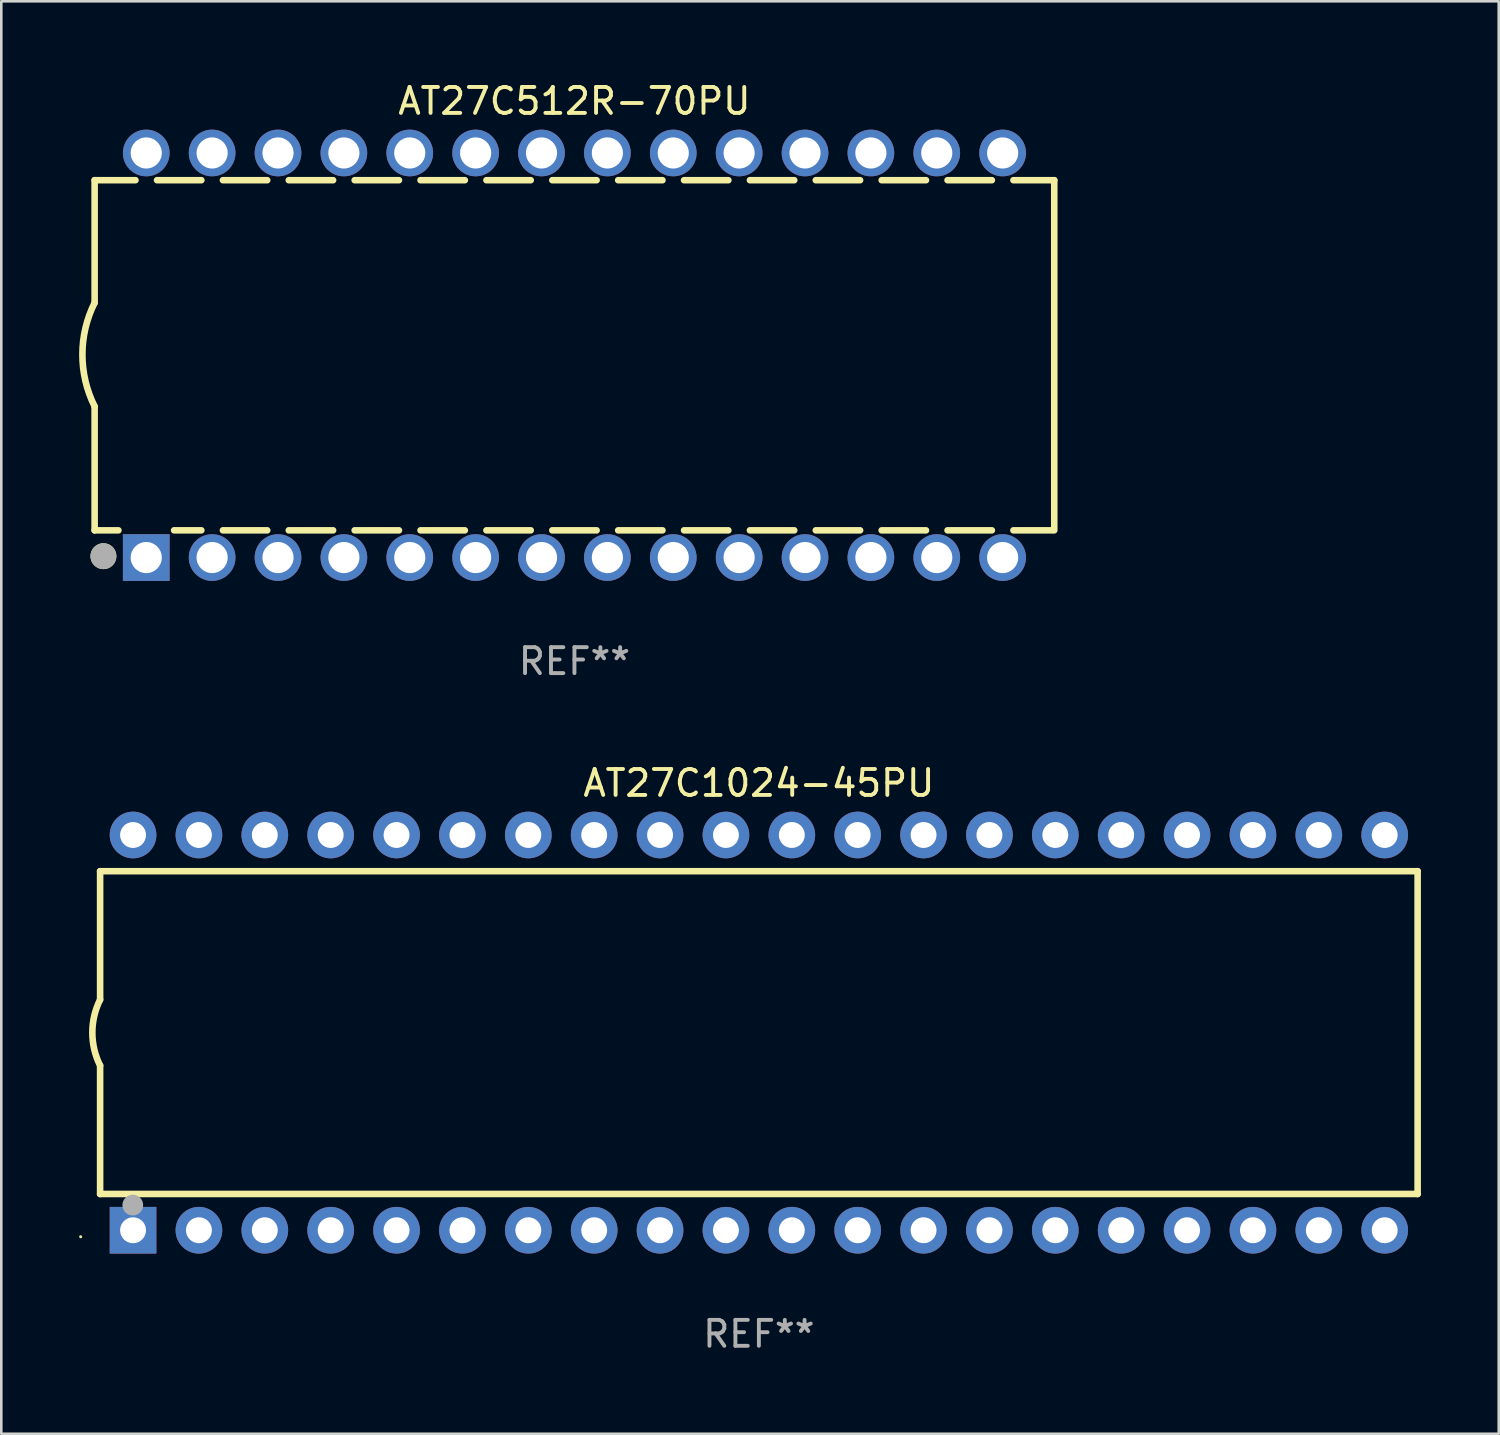
<source format=kicad_pcb>
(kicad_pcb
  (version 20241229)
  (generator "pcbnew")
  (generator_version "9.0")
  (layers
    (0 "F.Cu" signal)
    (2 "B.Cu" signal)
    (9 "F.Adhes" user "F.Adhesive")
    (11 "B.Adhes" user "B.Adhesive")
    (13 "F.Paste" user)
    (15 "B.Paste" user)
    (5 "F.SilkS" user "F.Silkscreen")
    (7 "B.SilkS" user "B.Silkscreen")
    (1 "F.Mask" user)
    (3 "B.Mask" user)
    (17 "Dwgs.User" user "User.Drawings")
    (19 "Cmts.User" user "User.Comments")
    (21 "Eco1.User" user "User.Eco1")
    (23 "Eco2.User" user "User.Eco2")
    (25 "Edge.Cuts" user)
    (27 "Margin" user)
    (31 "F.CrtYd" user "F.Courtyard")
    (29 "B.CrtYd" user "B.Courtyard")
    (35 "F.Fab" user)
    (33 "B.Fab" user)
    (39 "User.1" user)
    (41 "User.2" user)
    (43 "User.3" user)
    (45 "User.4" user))
  (footprint "AT27C512R-70PU"
    (layer "F.Cu")
    (at 19.099 10.648)
    (property "Reference" "AT27C512R-70PU" (at 0 -9.8 0) (layer "F.SilkS") (effects (font (size 1 1) (thickness 0.15))))
    (attr through_hole)
    (fp_line (start -18.5 -6.75) (end -18.5 -2.026) (stroke (width 0.254) (type solid)) (layer "F.SilkS"))
    (fp_line (start -18.5 -6.75) (end -16.926 -6.75) (stroke (width 0.254) (type solid)) (layer "F.SilkS"))
    (fp_line (start -18.5 6.75) (end -18.5 1.974) (stroke (width 0.254) (type solid)) (layer "F.SilkS"))
    (fp_line (start -18.5 6.75) (end -17.584 6.75) (stroke (width 0.254) (type solid)) (layer "F.SilkS"))
    (fp_line (start -16.094 -6.75) (end -14.386 -6.75) (stroke (width 0.254) (type solid)) (layer "F.SilkS"))
    (fp_line (start -15.436 6.75) (end -14.386 6.75) (stroke (width 0.254) (type solid)) (layer "F.SilkS"))
    (fp_line (start -13.554 -6.75) (end -11.846 -6.75) (stroke (width 0.254) (type solid)) (layer "F.SilkS"))
    (fp_line (start -13.554 6.75) (end -11.846 6.75) (stroke (width 0.254) (type solid)) (layer "F.SilkS"))
    (fp_line (start -11.014 -6.75) (end -9.306 -6.75) (stroke (width 0.254) (type solid)) (layer "F.SilkS"))
    (fp_line (start -11.014 6.75) (end -9.306 6.75) (stroke (width 0.254) (type solid)) (layer "F.SilkS"))
    (fp_line (start -8.474 -6.75) (end -6.766 -6.75) (stroke (width 0.254) (type solid)) (layer "F.SilkS"))
    (fp_line (start -8.474 6.75) (end -6.766 6.75) (stroke (width 0.254) (type solid)) (layer "F.SilkS"))
    (fp_line (start -5.934 -6.75) (end -4.226 -6.75) (stroke (width 0.254) (type solid)) (layer "F.SilkS"))
    (fp_line (start -5.934 6.75) (end -4.226 6.75) (stroke (width 0.254) (type solid)) (layer "F.SilkS"))
    (fp_line (start -3.394 -6.75) (end -1.686 -6.75) (stroke (width 0.254) (type solid)) (layer "F.SilkS"))
    (fp_line (start -3.394 6.75) (end -1.686 6.75) (stroke (width 0.254) (type solid)) (layer "F.SilkS"))
    (fp_line (start -0.854 -6.75) (end 0.854 -6.75) (stroke (width 0.254) (type solid)) (layer "F.SilkS"))
    (fp_line (start -0.854 6.75) (end 0.854 6.75) (stroke (width 0.254) (type solid)) (layer "F.SilkS"))
    (fp_line (start 1.686 -6.75) (end 3.394 -6.75) (stroke (width 0.254) (type solid)) (layer "F.SilkS"))
    (fp_line (start 1.686 6.75) (end 3.394 6.75) (stroke (width 0.254) (type solid)) (layer "F.SilkS"))
    (fp_line (start 4.226 -6.75) (end 5.934 -6.75) (stroke (width 0.254) (type solid)) (layer "F.SilkS"))
    (fp_line (start 4.226 6.75) (end 5.934 6.75) (stroke (width 0.254) (type solid)) (layer "F.SilkS"))
    (fp_line (start 6.766 -6.75) (end 8.474 -6.75) (stroke (width 0.254) (type solid)) (layer "F.SilkS"))
    (fp_line (start 6.766 6.75) (end 8.474 6.75) (stroke (width 0.254) (type solid)) (layer "F.SilkS"))
    (fp_line (start 9.306 -6.75) (end 11.014 -6.75) (stroke (width 0.254) (type solid)) (layer "F.SilkS"))
    (fp_line (start 9.306 6.75) (end 11.014 6.75) (stroke (width 0.254) (type solid)) (layer "F.SilkS"))
    (fp_line (start 11.846 -6.75) (end 13.554 -6.75) (stroke (width 0.254) (type solid)) (layer "F.SilkS"))
    (fp_line (start 11.846 6.75) (end 13.554 6.75) (stroke (width 0.254) (type solid)) (layer "F.SilkS"))
    (fp_line (start 14.386 -6.75) (end 16.094 -6.75) (stroke (width 0.254) (type solid)) (layer "F.SilkS"))
    (fp_line (start 14.386 6.75) (end 16.094 6.75) (stroke (width 0.254) (type solid)) (layer "F.SilkS"))
    (fp_line (start 16.926 -6.75) (end 18.5 -6.75) (stroke (width 0.254) (type solid)) (layer "F.SilkS"))
    (fp_line (start 16.926 6.75) (end 18.415 6.75) (stroke (width 0.254) (type solid)) (layer "F.SilkS"))
    (fp_line (start 18.5 6.75) (end 18.5 -6.75) (stroke (width 0.254) (type solid)) (layer "F.SilkS"))
    (fp_arc (start -18.500051 1.974384) (mid -18.972187 -0.025616) (end -18.500051 -2.025616) (stroke (width 0.254001) (type solid)) (layer "F.SilkS"))
    (fp_circle (center -18.5 7.8) (end -18.47 7.8) (stroke (width 0.06) (type solid)) (fill no) (layer "F.SilkS"))
    (fp_circle (center -18.161 7.747) (end -17.911 7.747) (stroke (width 0.5) (type solid)) (fill no) (layer "F.SilkS"))
    (fp_circle (center -18.161 7.747) (end -17.911 7.747) (stroke (width 0.5) (type solid)) (fill no) (layer "F.Fab"))
    (fp_text user "REF**" (at 0 11.8 0) (layer "F.Fab") (effects (font (size 1 1) (thickness 0.15))))
    (pad "1" thru_hole rect (at -16.51 7.8) (size 1.8 1.8) (drill 1.2) (layers "*.Cu" "*.Mask"))
    (pad "2" thru_hole circle (at -13.97 7.8) (size 1.8 1.8) (drill 1.2) (layers "*.Cu" "*.Mask"))
    (pad "3" thru_hole circle (at -11.43 7.8) (size 1.8 1.8) (drill 1.2) (layers "*.Cu" "*.Mask"))
    (pad "4" thru_hole circle (at -8.89 7.8) (size 1.8 1.8) (drill 1.2) (layers "*.Cu" "*.Mask"))
    (pad "5" thru_hole circle (at -6.35 7.8) (size 1.8 1.8) (drill 1.2) (layers "*.Cu" "*.Mask"))
    (pad "6" thru_hole circle (at -3.81 7.8) (size 1.8 1.8) (drill 1.2) (layers "*.Cu" "*.Mask"))
    (pad "7" thru_hole circle (at -1.27 7.8) (size 1.8 1.8) (drill 1.2) (layers "*.Cu" "*.Mask"))
    (pad "8" thru_hole circle (at 1.27 7.8) (size 1.8 1.8) (drill 1.2) (layers "*.Cu" "*.Mask"))
    (pad "9" thru_hole circle (at 3.81 7.8) (size 1.8 1.8) (drill 1.2) (layers "*.Cu" "*.Mask"))
    (pad "10" thru_hole circle (at 6.35 7.8) (size 1.8 1.8) (drill 1.2) (layers "*.Cu" "*.Mask"))
    (pad "11" thru_hole circle (at 8.89 7.8) (size 1.8 1.8) (drill 1.2) (layers "*.Cu" "*.Mask"))
    (pad "12" thru_hole circle (at 11.43 7.8) (size 1.8 1.8) (drill 1.2) (layers "*.Cu" "*.Mask"))
    (pad "13" thru_hole circle (at 13.97 7.8) (size 1.8 1.8) (drill 1.2) (layers "*.Cu" "*.Mask"))
    (pad "14" thru_hole circle (at 16.51 7.8) (size 1.8 1.8) (drill 1.2) (layers "*.Cu" "*.Mask"))
    (pad "15" thru_hole circle (at 16.51 -7.8) (size 1.8 1.8) (drill 1.2) (layers "*.Cu" "*.Mask"))
    (pad "16" thru_hole circle (at 13.97 -7.8) (size 1.8 1.8) (drill 1.2) (layers "*.Cu" "*.Mask"))
    (pad "17" thru_hole circle (at 11.43 -7.8) (size 1.8 1.8) (drill 1.2) (layers "*.Cu" "*.Mask"))
    (pad "18" thru_hole circle (at 8.89 -7.8) (size 1.8 1.8) (drill 1.2) (layers "*.Cu" "*.Mask"))
    (pad "19" thru_hole circle (at 6.35 -7.8) (size 1.8 1.8) (drill 1.2) (layers "*.Cu" "*.Mask"))
    (pad "20" thru_hole circle (at 3.81 -7.8) (size 1.8 1.8) (drill 1.2) (layers "*.Cu" "*.Mask"))
    (pad "21" thru_hole circle (at 1.27 -7.8) (size 1.8 1.8) (drill 1.2) (layers "*.Cu" "*.Mask"))
    (pad "22" thru_hole circle (at -1.27 -7.8) (size 1.8 1.8) (drill 1.2) (layers "*.Cu" "*.Mask"))
    (pad "23" thru_hole circle (at -3.81 -7.8) (size 1.8 1.8) (drill 1.2) (layers "*.Cu" "*.Mask"))
    (pad "24" thru_hole circle (at -6.35 -7.8) (size 1.8 1.8) (drill 1.2) (layers "*.Cu" "*.Mask"))
    (pad "25" thru_hole circle (at -8.89 -7.8) (size 1.8 1.8) (drill 1.2) (layers "*.Cu" "*.Mask"))
    (pad "26" thru_hole circle (at -11.43 -7.8) (size 1.8 1.8) (drill 1.2) (layers "*.Cu" "*.Mask"))
    (pad "27" thru_hole circle (at -13.97 -7.8) (size 1.8 1.8) (drill 1.2) (layers "*.Cu" "*.Mask"))
    (pad "28" thru_hole circle (at -16.51 -7.8) (size 1.8 1.8) (drill 1.2) (layers "*.Cu" "*.Mask")))
  (footprint "AT27C1024-45PU"
    (layer "F.Cu")
    (at 26.21 36.765)
    (property "Reference" "AT27C1024-45PU" (at 0 -9.62 0) (layer "F.SilkS") (effects (font (size 1 1) (thickness 0.15))))
    (attr through_hole)
    (fp_line (start -25.4 -6.224) (end -25.4 -1.271) (stroke (width 0.254) (type solid)) (layer "F.SilkS"))
    (fp_line (start -25.4 -6.224) (end 25.4 -6.224) (stroke (width 0.254) (type solid)) (layer "F.SilkS"))
    (fp_line (start -25.4 1.269) (end -25.4 6.222) (stroke (width 0.254) (type solid)) (layer "F.SilkS"))
    (fp_line (start -25.4 6.222) (end 25.4 6.222) (stroke (width 0.254) (type solid)) (layer "F.SilkS"))
    (fp_line (start 25.4 6.222) (end 25.4 -6.224) (stroke (width 0.254) (type solid)) (layer "F.SilkS"))
    (fp_arc (start -25.4 1.269241) (mid -25.699807 -0.000762) (end -25.4 -1.270765) (stroke (width 0.254001) (type solid)) (layer "F.SilkS"))
    (fp_circle (center -26.15 7.87) (end -26.12 7.87) (stroke (width 0.06) (type solid)) (fill no) (layer "F.SilkS"))
    (fp_circle (center -24.14 6.65) (end -23.94 6.65) (stroke (width 0.4) (type solid)) (fill no) (layer "F.Fab"))
    (fp_text user "REF**" (at 0 11.62 0) (layer "F.Fab") (effects (font (size 1 1) (thickness 0.15))))
    (pad "1" thru_hole rect (at -24.13 7.62 90) (size 1.8 1.8) (drill 1) (layers "*.Cu" "*.Mask"))
    (pad "2" thru_hole circle (at -21.59 7.62) (size 1.8 1.8) (drill 1) (layers "*.Cu" "*.Mask"))
    (pad "3" thru_hole circle (at -19.05 7.62) (size 1.8 1.8) (drill 1) (layers "*.Cu" "*.Mask"))
    (pad "4" thru_hole circle (at -16.51 7.62) (size 1.8 1.8) (drill 1) (layers "*.Cu" "*.Mask"))
    (pad "5" thru_hole circle (at -13.97 7.62) (size 1.8 1.8) (drill 1) (layers "*.Cu" "*.Mask"))
    (pad "6" thru_hole circle (at -11.43 7.62) (size 1.8 1.8) (drill 1) (layers "*.Cu" "*.Mask"))
    (pad "7" thru_hole circle (at -8.89 7.62) (size 1.8 1.8) (drill 1) (layers "*.Cu" "*.Mask"))
    (pad "8" thru_hole circle (at -6.35 7.62) (size 1.8 1.8) (drill 1) (layers "*.Cu" "*.Mask"))
    (pad "9" thru_hole circle (at -3.81 7.62) (size 1.8 1.8) (drill 1) (layers "*.Cu" "*.Mask"))
    (pad "10" thru_hole circle (at -1.27 7.62) (size 1.8 1.8) (drill 1) (layers "*.Cu" "*.Mask"))
    (pad "11" thru_hole circle (at 1.27 7.62) (size 1.8 1.8) (drill 1) (layers "*.Cu" "*.Mask"))
    (pad "12" thru_hole circle (at 3.81 7.62) (size 1.8 1.8) (drill 1) (layers "*.Cu" "*.Mask"))
    (pad "13" thru_hole circle (at 6.35 7.62) (size 1.8 1.8) (drill 1) (layers "*.Cu" "*.Mask"))
    (pad "14" thru_hole circle (at 8.89 7.62) (size 1.8 1.8) (drill 1) (layers "*.Cu" "*.Mask"))
    (pad "15" thru_hole circle (at 11.43 7.62) (size 1.8 1.8) (drill 1) (layers "*.Cu" "*.Mask"))
    (pad "16" thru_hole circle (at 13.97 7.62) (size 1.8 1.8) (drill 1) (layers "*.Cu" "*.Mask"))
    (pad "17" thru_hole circle (at 16.51 7.62) (size 1.8 1.8) (drill 1) (layers "*.Cu" "*.Mask"))
    (pad "18" thru_hole circle (at 19.05 7.62) (size 1.8 1.8) (drill 1) (layers "*.Cu" "*.Mask"))
    (pad "19" thru_hole circle (at 21.59 7.62) (size 1.8 1.8) (drill 1) (layers "*.Cu" "*.Mask"))
    (pad "20" thru_hole circle (at 24.13 7.62) (size 1.8 1.8) (drill 1) (layers "*.Cu" "*.Mask"))
    (pad "21" thru_hole circle (at 24.13 -7.62) (size 1.8 1.8) (drill 1) (layers "*.Cu" "*.Mask"))
    (pad "22" thru_hole circle (at 21.59 -7.62) (size 1.8 1.8) (drill 1) (layers "*.Cu" "*.Mask"))
    (pad "23" thru_hole circle (at 19.05 -7.62) (size 1.8 1.8) (drill 1) (layers "*.Cu" "*.Mask"))
    (pad "24" thru_hole circle (at 16.51 -7.62) (size 1.8 1.8) (drill 1) (layers "*.Cu" "*.Mask"))
    (pad "25" thru_hole circle (at 13.97 -7.62) (size 1.8 1.8) (drill 1) (layers "*.Cu" "*.Mask"))
    (pad "26" thru_hole circle (at 11.43 -7.62) (size 1.8 1.8) (drill 1) (layers "*.Cu" "*.Mask"))
    (pad "27" thru_hole circle (at 8.89 -7.62) (size 1.8 1.8) (drill 1) (layers "*.Cu" "*.Mask"))
    (pad "28" thru_hole circle (at 6.35 -7.62) (size 1.8 1.8) (drill 1) (layers "*.Cu" "*.Mask"))
    (pad "29" thru_hole circle (at 3.81 -7.62) (size 1.8 1.8) (drill 1) (layers "*.Cu" "*.Mask"))
    (pad "30" thru_hole circle (at 1.27 -7.62) (size 1.8 1.8) (drill 1) (layers "*.Cu" "*.Mask"))
    (pad "31" thru_hole circle (at -1.27 -7.62) (size 1.8 1.8) (drill 1) (layers "*.Cu" "*.Mask"))
    (pad "32" thru_hole circle (at -3.81 -7.62) (size 1.8 1.8) (drill 1) (layers "*.Cu" "*.Mask"))
    (pad "33" thru_hole circle (at -6.35 -7.62) (size 1.8 1.8) (drill 1) (layers "*.Cu" "*.Mask"))
    (pad "34" thru_hole circle (at -8.89 -7.62) (size 1.8 1.8) (drill 1) (layers "*.Cu" "*.Mask"))
    (pad "35" thru_hole circle (at -11.43 -7.62) (size 1.8 1.8) (drill 1) (layers "*.Cu" "*.Mask"))
    (pad "36" thru_hole circle (at -13.97 -7.62) (size 1.8 1.8) (drill 1) (layers "*.Cu" "*.Mask"))
    (pad "37" thru_hole circle (at -16.51 -7.62) (size 1.8 1.8) (drill 1) (layers "*.Cu" "*.Mask"))
    (pad "38" thru_hole circle (at -19.05 -7.62) (size 1.8 1.8) (drill 1) (layers "*.Cu" "*.Mask"))
    (pad "39" thru_hole circle (at -21.59 -7.62) (size 1.8 1.8) (drill 1) (layers "*.Cu" "*.Mask"))
    (pad "40" thru_hole circle (at -24.13 -7.62) (size 1.8 1.8) (drill 1) (layers "*.Cu" "*.Mask")))
  (gr_rect
    (start -3 -3)
    (end 54.737 52.233)
    (stroke (width 0.1) (type default))
    (fill no)
    (layer "Edge.Cuts")))
</source>
